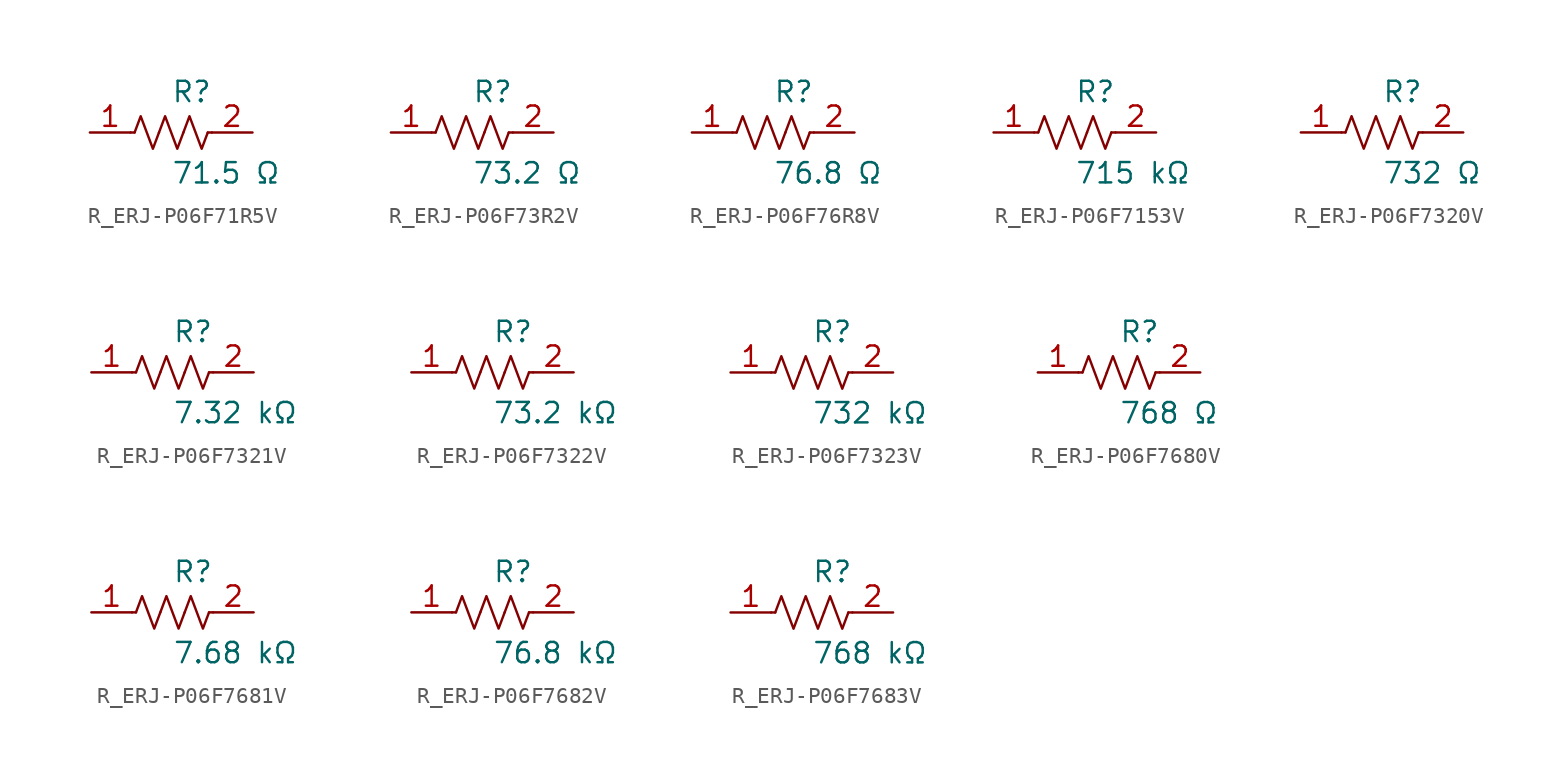
<source format=kicad_sym>
(kicad_symbol_lib
  (version 20231120)
  (generator kicad_symbol_editor)
  (generator_version 8.0)
  (symbol "R_ERJ-P06F71R5V"
    (pin_names
      (offset 0.254))
    (property "Reference" "R"
      (at 0.0 2.54 0)
      (effects (font (size 1.27 1.27)) (justify left)))
    (property "Value" "71.5 Ω"
      (at 0.0 -2.54 0)
      (effects (font (size 1.27 1.27)) (justify left)))
    (symbol "R_ERJ-P06F71R5V_0_1"
      (polyline (pts (xy 2.286 0) (xy 2.54 0)) (stroke (width 0) (type default)) (fill (type none)))
      (polyline (pts (xy -2.286 0) (xy -2.54 0)) (stroke (width 0) (type default)) (fill (type none)))
      (polyline (pts (xy 0.762 0) (xy 1.143 1.016) (xy 1.524 0) (xy 1.905 -1.016) (xy 2.286 0)) (stroke (width 0) (type default)) (fill (type none)))
      (polyline (pts (xy -0.762 0) (xy -0.381 1.016) (xy 0 0) (xy 0.381 -1.016) (xy 0.762 0)) (stroke (width 0) (type default)) (fill (type none)))
      (polyline (pts (xy -2.286 0) (xy -1.905 1.016) (xy -1.524 0) (xy -1.143 -1.016) (xy -0.762 0)) (stroke (width 0) (type default)) (fill (type none))))
    (pin unspecified line
      (at -5.08 0 0)
      (length 2.54)
      (name "" (effects (font (size 1.27 1.27))))
      (number "1" (effects (font (size 1.27 1.27)))))
    (pin unspecified line
      (at 5.08 0 180)
      (length 2.54)
      (name "" (effects (font (size 1.27 1.27))))
      (number "2" (effects (font (size 1.27 1.27))))))
  (symbol "R_ERJ-P06F73R2V"
    (pin_names
      (offset 0.254))
    (property "Reference" "R"
      (at 0.0 2.54 0)
      (effects (font (size 1.27 1.27)) (justify left)))
    (property "Value" "73.2 Ω"
      (at 0.0 -2.54 0)
      (effects (font (size 1.27 1.27)) (justify left)))
    (symbol "R_ERJ-P06F73R2V_0_1"
      (polyline (pts (xy 2.286 0) (xy 2.54 0)) (stroke (width 0) (type default)) (fill (type none)))
      (polyline (pts (xy -2.286 0) (xy -2.54 0)) (stroke (width 0) (type default)) (fill (type none)))
      (polyline (pts (xy 0.762 0) (xy 1.143 1.016) (xy 1.524 0) (xy 1.905 -1.016) (xy 2.286 0)) (stroke (width 0) (type default)) (fill (type none)))
      (polyline (pts (xy -0.762 0) (xy -0.381 1.016) (xy 0 0) (xy 0.381 -1.016) (xy 0.762 0)) (stroke (width 0) (type default)) (fill (type none)))
      (polyline (pts (xy -2.286 0) (xy -1.905 1.016) (xy -1.524 0) (xy -1.143 -1.016) (xy -0.762 0)) (stroke (width 0) (type default)) (fill (type none))))
    (pin unspecified line
      (at -5.08 0 0)
      (length 2.54)
      (name "" (effects (font (size 1.27 1.27))))
      (number "1" (effects (font (size 1.27 1.27)))))
    (pin unspecified line
      (at 5.08 0 180)
      (length 2.54)
      (name "" (effects (font (size 1.27 1.27))))
      (number "2" (effects (font (size 1.27 1.27))))))
  (symbol "R_ERJ-P06F76R8V"
    (pin_names
      (offset 0.254))
    (property "Reference" "R"
      (at 0.0 2.54 0)
      (effects (font (size 1.27 1.27)) (justify left)))
    (property "Value" "76.8 Ω"
      (at 0.0 -2.54 0)
      (effects (font (size 1.27 1.27)) (justify left)))
    (symbol "R_ERJ-P06F76R8V_0_1"
      (polyline (pts (xy 2.286 0) (xy 2.54 0)) (stroke (width 0) (type default)) (fill (type none)))
      (polyline (pts (xy -2.286 0) (xy -2.54 0)) (stroke (width 0) (type default)) (fill (type none)))
      (polyline (pts (xy 0.762 0) (xy 1.143 1.016) (xy 1.524 0) (xy 1.905 -1.016) (xy 2.286 0)) (stroke (width 0) (type default)) (fill (type none)))
      (polyline (pts (xy -0.762 0) (xy -0.381 1.016) (xy 0 0) (xy 0.381 -1.016) (xy 0.762 0)) (stroke (width 0) (type default)) (fill (type none)))
      (polyline (pts (xy -2.286 0) (xy -1.905 1.016) (xy -1.524 0) (xy -1.143 -1.016) (xy -0.762 0)) (stroke (width 0) (type default)) (fill (type none))))
    (pin unspecified line
      (at -5.08 0 0)
      (length 2.54)
      (name "" (effects (font (size 1.27 1.27))))
      (number "1" (effects (font (size 1.27 1.27)))))
    (pin unspecified line
      (at 5.08 0 180)
      (length 2.54)
      (name "" (effects (font (size 1.27 1.27))))
      (number "2" (effects (font (size 1.27 1.27))))))
  (symbol "R_ERJ-P06F7153V"
    (pin_names
      (offset 0.254))
    (property "Reference" "R"
      (at 0.0 2.54 0)
      (effects (font (size 1.27 1.27)) (justify left)))
    (property "Value" "715 kΩ"
      (at 0.0 -2.54 0)
      (effects (font (size 1.27 1.27)) (justify left)))
    (symbol "R_ERJ-P06F7153V_0_1"
      (polyline (pts (xy 2.286 0) (xy 2.54 0)) (stroke (width 0) (type default)) (fill (type none)))
      (polyline (pts (xy -2.286 0) (xy -2.54 0)) (stroke (width 0) (type default)) (fill (type none)))
      (polyline (pts (xy 0.762 0) (xy 1.143 1.016) (xy 1.524 0) (xy 1.905 -1.016) (xy 2.286 0)) (stroke (width 0) (type default)) (fill (type none)))
      (polyline (pts (xy -0.762 0) (xy -0.381 1.016) (xy 0 0) (xy 0.381 -1.016) (xy 0.762 0)) (stroke (width 0) (type default)) (fill (type none)))
      (polyline (pts (xy -2.286 0) (xy -1.905 1.016) (xy -1.524 0) (xy -1.143 -1.016) (xy -0.762 0)) (stroke (width 0) (type default)) (fill (type none))))
    (pin unspecified line
      (at -5.08 0 0)
      (length 2.54)
      (name "" (effects (font (size 1.27 1.27))))
      (number "1" (effects (font (size 1.27 1.27)))))
    (pin unspecified line
      (at 5.08 0 180)
      (length 2.54)
      (name "" (effects (font (size 1.27 1.27))))
      (number "2" (effects (font (size 1.27 1.27))))))
  (symbol "R_ERJ-P06F7320V"
    (pin_names
      (offset 0.254))
    (property "Reference" "R"
      (at 0.0 2.54 0)
      (effects (font (size 1.27 1.27)) (justify left)))
    (property "Value" "732 Ω"
      (at 0.0 -2.54 0)
      (effects (font (size 1.27 1.27)) (justify left)))
    (symbol "R_ERJ-P06F7320V_0_1"
      (polyline (pts (xy 2.286 0) (xy 2.54 0)) (stroke (width 0) (type default)) (fill (type none)))
      (polyline (pts (xy -2.286 0) (xy -2.54 0)) (stroke (width 0) (type default)) (fill (type none)))
      (polyline (pts (xy 0.762 0) (xy 1.143 1.016) (xy 1.524 0) (xy 1.905 -1.016) (xy 2.286 0)) (stroke (width 0) (type default)) (fill (type none)))
      (polyline (pts (xy -0.762 0) (xy -0.381 1.016) (xy 0 0) (xy 0.381 -1.016) (xy 0.762 0)) (stroke (width 0) (type default)) (fill (type none)))
      (polyline (pts (xy -2.286 0) (xy -1.905 1.016) (xy -1.524 0) (xy -1.143 -1.016) (xy -0.762 0)) (stroke (width 0) (type default)) (fill (type none))))
    (pin unspecified line
      (at -5.08 0 0)
      (length 2.54)
      (name "" (effects (font (size 1.27 1.27))))
      (number "1" (effects (font (size 1.27 1.27)))))
    (pin unspecified line
      (at 5.08 0 180)
      (length 2.54)
      (name "" (effects (font (size 1.27 1.27))))
      (number "2" (effects (font (size 1.27 1.27))))))
  (symbol "R_ERJ-P06F7321V"
    (pin_names
      (offset 0.254))
    (property "Reference" "R"
      (at 0.0 2.54 0)
      (effects (font (size 1.27 1.27)) (justify left)))
    (property "Value" "7.32 kΩ"
      (at 0.0 -2.54 0)
      (effects (font (size 1.27 1.27)) (justify left)))
    (symbol "R_ERJ-P06F7321V_0_1"
      (polyline (pts (xy 2.286 0) (xy 2.54 0)) (stroke (width 0) (type default)) (fill (type none)))
      (polyline (pts (xy -2.286 0) (xy -2.54 0)) (stroke (width 0) (type default)) (fill (type none)))
      (polyline (pts (xy 0.762 0) (xy 1.143 1.016) (xy 1.524 0) (xy 1.905 -1.016) (xy 2.286 0)) (stroke (width 0) (type default)) (fill (type none)))
      (polyline (pts (xy -0.762 0) (xy -0.381 1.016) (xy 0 0) (xy 0.381 -1.016) (xy 0.762 0)) (stroke (width 0) (type default)) (fill (type none)))
      (polyline (pts (xy -2.286 0) (xy -1.905 1.016) (xy -1.524 0) (xy -1.143 -1.016) (xy -0.762 0)) (stroke (width 0) (type default)) (fill (type none))))
    (pin unspecified line
      (at -5.08 0 0)
      (length 2.54)
      (name "" (effects (font (size 1.27 1.27))))
      (number "1" (effects (font (size 1.27 1.27)))))
    (pin unspecified line
      (at 5.08 0 180)
      (length 2.54)
      (name "" (effects (font (size 1.27 1.27))))
      (number "2" (effects (font (size 1.27 1.27))))))
  (symbol "R_ERJ-P06F7322V"
    (pin_names
      (offset 0.254))
    (property "Reference" "R"
      (at 0.0 2.54 0)
      (effects (font (size 1.27 1.27)) (justify left)))
    (property "Value" "73.2 kΩ"
      (at 0.0 -2.54 0)
      (effects (font (size 1.27 1.27)) (justify left)))
    (symbol "R_ERJ-P06F7322V_0_1"
      (polyline (pts (xy 2.286 0) (xy 2.54 0)) (stroke (width 0) (type default)) (fill (type none)))
      (polyline (pts (xy -2.286 0) (xy -2.54 0)) (stroke (width 0) (type default)) (fill (type none)))
      (polyline (pts (xy 0.762 0) (xy 1.143 1.016) (xy 1.524 0) (xy 1.905 -1.016) (xy 2.286 0)) (stroke (width 0) (type default)) (fill (type none)))
      (polyline (pts (xy -0.762 0) (xy -0.381 1.016) (xy 0 0) (xy 0.381 -1.016) (xy 0.762 0)) (stroke (width 0) (type default)) (fill (type none)))
      (polyline (pts (xy -2.286 0) (xy -1.905 1.016) (xy -1.524 0) (xy -1.143 -1.016) (xy -0.762 0)) (stroke (width 0) (type default)) (fill (type none))))
    (pin unspecified line
      (at -5.08 0 0)
      (length 2.54)
      (name "" (effects (font (size 1.27 1.27))))
      (number "1" (effects (font (size 1.27 1.27)))))
    (pin unspecified line
      (at 5.08 0 180)
      (length 2.54)
      (name "" (effects (font (size 1.27 1.27))))
      (number "2" (effects (font (size 1.27 1.27))))))
  (symbol "R_ERJ-P06F7323V"
    (pin_names
      (offset 0.254))
    (property "Reference" "R"
      (at 0.0 2.54 0)
      (effects (font (size 1.27 1.27)) (justify left)))
    (property "Value" "732 kΩ"
      (at 0.0 -2.54 0)
      (effects (font (size 1.27 1.27)) (justify left)))
    (symbol "R_ERJ-P06F7323V_0_1"
      (polyline (pts (xy 2.286 0) (xy 2.54 0)) (stroke (width 0) (type default)) (fill (type none)))
      (polyline (pts (xy -2.286 0) (xy -2.54 0)) (stroke (width 0) (type default)) (fill (type none)))
      (polyline (pts (xy 0.762 0) (xy 1.143 1.016) (xy 1.524 0) (xy 1.905 -1.016) (xy 2.286 0)) (stroke (width 0) (type default)) (fill (type none)))
      (polyline (pts (xy -0.762 0) (xy -0.381 1.016) (xy 0 0) (xy 0.381 -1.016) (xy 0.762 0)) (stroke (width 0) (type default)) (fill (type none)))
      (polyline (pts (xy -2.286 0) (xy -1.905 1.016) (xy -1.524 0) (xy -1.143 -1.016) (xy -0.762 0)) (stroke (width 0) (type default)) (fill (type none))))
    (pin unspecified line
      (at -5.08 0 0)
      (length 2.54)
      (name "" (effects (font (size 1.27 1.27))))
      (number "1" (effects (font (size 1.27 1.27)))))
    (pin unspecified line
      (at 5.08 0 180)
      (length 2.54)
      (name "" (effects (font (size 1.27 1.27))))
      (number "2" (effects (font (size 1.27 1.27))))))
  (symbol "R_ERJ-P06F7680V"
    (pin_names
      (offset 0.254))
    (property "Reference" "R"
      (at 0.0 2.54 0)
      (effects (font (size 1.27 1.27)) (justify left)))
    (property "Value" "768 Ω"
      (at 0.0 -2.54 0)
      (effects (font (size 1.27 1.27)) (justify left)))
    (symbol "R_ERJ-P06F7680V_0_1"
      (polyline (pts (xy 2.286 0) (xy 2.54 0)) (stroke (width 0) (type default)) (fill (type none)))
      (polyline (pts (xy -2.286 0) (xy -2.54 0)) (stroke (width 0) (type default)) (fill (type none)))
      (polyline (pts (xy 0.762 0) (xy 1.143 1.016) (xy 1.524 0) (xy 1.905 -1.016) (xy 2.286 0)) (stroke (width 0) (type default)) (fill (type none)))
      (polyline (pts (xy -0.762 0) (xy -0.381 1.016) (xy 0 0) (xy 0.381 -1.016) (xy 0.762 0)) (stroke (width 0) (type default)) (fill (type none)))
      (polyline (pts (xy -2.286 0) (xy -1.905 1.016) (xy -1.524 0) (xy -1.143 -1.016) (xy -0.762 0)) (stroke (width 0) (type default)) (fill (type none))))
    (pin unspecified line
      (at -5.08 0 0)
      (length 2.54)
      (name "" (effects (font (size 1.27 1.27))))
      (number "1" (effects (font (size 1.27 1.27)))))
    (pin unspecified line
      (at 5.08 0 180)
      (length 2.54)
      (name "" (effects (font (size 1.27 1.27))))
      (number "2" (effects (font (size 1.27 1.27))))))
  (symbol "R_ERJ-P06F7681V"
    (pin_names
      (offset 0.254))
    (property "Reference" "R"
      (at 0.0 2.54 0)
      (effects (font (size 1.27 1.27)) (justify left)))
    (property "Value" "7.68 kΩ"
      (at 0.0 -2.54 0)
      (effects (font (size 1.27 1.27)) (justify left)))
    (symbol "R_ERJ-P06F7681V_0_1"
      (polyline (pts (xy 2.286 0) (xy 2.54 0)) (stroke (width 0) (type default)) (fill (type none)))
      (polyline (pts (xy -2.286 0) (xy -2.54 0)) (stroke (width 0) (type default)) (fill (type none)))
      (polyline (pts (xy 0.762 0) (xy 1.143 1.016) (xy 1.524 0) (xy 1.905 -1.016) (xy 2.286 0)) (stroke (width 0) (type default)) (fill (type none)))
      (polyline (pts (xy -0.762 0) (xy -0.381 1.016) (xy 0 0) (xy 0.381 -1.016) (xy 0.762 0)) (stroke (width 0) (type default)) (fill (type none)))
      (polyline (pts (xy -2.286 0) (xy -1.905 1.016) (xy -1.524 0) (xy -1.143 -1.016) (xy -0.762 0)) (stroke (width 0) (type default)) (fill (type none))))
    (pin unspecified line
      (at -5.08 0 0)
      (length 2.54)
      (name "" (effects (font (size 1.27 1.27))))
      (number "1" (effects (font (size 1.27 1.27)))))
    (pin unspecified line
      (at 5.08 0 180)
      (length 2.54)
      (name "" (effects (font (size 1.27 1.27))))
      (number "2" (effects (font (size 1.27 1.27))))))
  (symbol "R_ERJ-P06F7682V"
    (pin_names
      (offset 0.254))
    (property "Reference" "R"
      (at 0.0 2.54 0)
      (effects (font (size 1.27 1.27)) (justify left)))
    (property "Value" "76.8 kΩ"
      (at 0.0 -2.54 0)
      (effects (font (size 1.27 1.27)) (justify left)))
    (symbol "R_ERJ-P06F7682V_0_1"
      (polyline (pts (xy 2.286 0) (xy 2.54 0)) (stroke (width 0) (type default)) (fill (type none)))
      (polyline (pts (xy -2.286 0) (xy -2.54 0)) (stroke (width 0) (type default)) (fill (type none)))
      (polyline (pts (xy 0.762 0) (xy 1.143 1.016) (xy 1.524 0) (xy 1.905 -1.016) (xy 2.286 0)) (stroke (width 0) (type default)) (fill (type none)))
      (polyline (pts (xy -0.762 0) (xy -0.381 1.016) (xy 0 0) (xy 0.381 -1.016) (xy 0.762 0)) (stroke (width 0) (type default)) (fill (type none)))
      (polyline (pts (xy -2.286 0) (xy -1.905 1.016) (xy -1.524 0) (xy -1.143 -1.016) (xy -0.762 0)) (stroke (width 0) (type default)) (fill (type none))))
    (pin unspecified line
      (at -5.08 0 0)
      (length 2.54)
      (name "" (effects (font (size 1.27 1.27))))
      (number "1" (effects (font (size 1.27 1.27)))))
    (pin unspecified line
      (at 5.08 0 180)
      (length 2.54)
      (name "" (effects (font (size 1.27 1.27))))
      (number "2" (effects (font (size 1.27 1.27))))))
  (symbol "R_ERJ-P06F7683V"
    (pin_names
      (offset 0.254))
    (property "Reference" "R"
      (at 0.0 2.54 0)
      (effects (font (size 1.27 1.27)) (justify left)))
    (property "Value" "768 kΩ"
      (at 0.0 -2.54 0)
      (effects (font (size 1.27 1.27)) (justify left)))
    (symbol "R_ERJ-P06F7683V_0_1"
      (polyline (pts (xy 2.286 0) (xy 2.54 0)) (stroke (width 0) (type default)) (fill (type none)))
      (polyline (pts (xy -2.286 0) (xy -2.54 0)) (stroke (width 0) (type default)) (fill (type none)))
      (polyline (pts (xy 0.762 0) (xy 1.143 1.016) (xy 1.524 0) (xy 1.905 -1.016) (xy 2.286 0)) (stroke (width 0) (type default)) (fill (type none)))
      (polyline (pts (xy -0.762 0) (xy -0.381 1.016) (xy 0 0) (xy 0.381 -1.016) (xy 0.762 0)) (stroke (width 0) (type default)) (fill (type none)))
      (polyline (pts (xy -2.286 0) (xy -1.905 1.016) (xy -1.524 0) (xy -1.143 -1.016) (xy -0.762 0)) (stroke (width 0) (type default)) (fill (type none))))
    (pin unspecified line
      (at -5.08 0 0)
      (length 2.54)
      (name "" (effects (font (size 1.27 1.27))))
      (number "1" (effects (font (size 1.27 1.27)))))
    (pin unspecified line
      (at 5.08 0 180)
      (length 2.54)
      (name "" (effects (font (size 1.27 1.27))))
      (number "2" (effects (font (size 1.27 1.27)))))))
</source>
